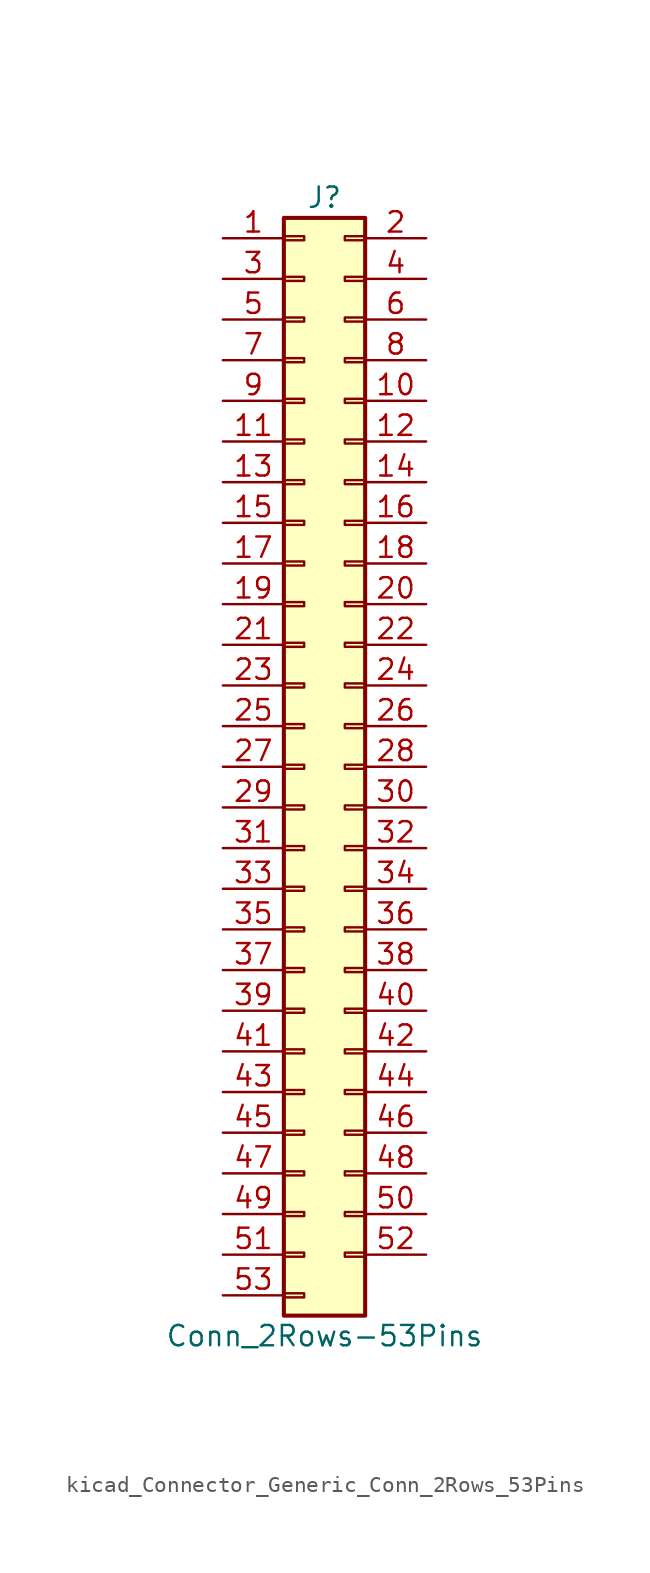
<source format=kicad_sym>
(kicad_symbol_lib
  (version 20220914)
  (generator kicad_symbol_editor)
  (symbol "kicad_Connector_Generic_Conn_2Rows_53Pins"
    (pin_names
      (offset 1.016) hide)
    (property "Reference" "J"
      (at 1.27 35.56 0)
      (effects (font (size 1.27 1.27))))
    (property "Value" "Conn_2Rows-53Pins"
      (at 1.27 -35.56 0)
      (effects (font (size 1.27 1.27))))
    (symbol "kicad_Connector_Generic_Conn_2Rows_53Pins_1_1"
      (rectangle (start -1.27 -32.893) (end 0 -33.147) (stroke (width 0.152) (type default)) (fill (type none)))
      (rectangle (start -1.27 -30.353) (end 0 -30.607) (stroke (width 0.152) (type default)) (fill (type none)))
      (rectangle (start -1.27 -27.813) (end 0 -28.067) (stroke (width 0.152) (type default)) (fill (type none)))
      (rectangle (start -1.27 -25.273) (end 0 -25.527) (stroke (width 0.152) (type default)) (fill (type none)))
      (rectangle (start -1.27 -22.733) (end 0 -22.987) (stroke (width 0.152) (type default)) (fill (type none)))
      (rectangle (start -1.27 -20.193) (end 0 -20.447) (stroke (width 0.152) (type default)) (fill (type none)))
      (rectangle (start -1.27 -17.653) (end 0 -17.907) (stroke (width 0.152) (type default)) (fill (type none)))
      (rectangle (start -1.27 -15.113) (end 0 -15.367) (stroke (width 0.152) (type default)) (fill (type none)))
      (rectangle (start -1.27 -12.573) (end 0 -12.827) (stroke (width 0.152) (type default)) (fill (type none)))
      (rectangle (start -1.27 -10.033) (end 0 -10.287) (stroke (width 0.152) (type default)) (fill (type none)))
      (rectangle (start -1.27 -7.493) (end 0 -7.747) (stroke (width 0.152) (type default)) (fill (type none)))
      (rectangle (start -1.27 -4.953) (end 0 -5.207) (stroke (width 0.152) (type default)) (fill (type none)))
      (rectangle (start -1.27 -2.413) (end 0 -2.667) (stroke (width 0.152) (type default)) (fill (type none)))
      (rectangle (start -1.27 0.127) (end 0 -0.127) (stroke (width 0.152) (type default)) (fill (type none)))
      (rectangle (start -1.27 2.667) (end 0 2.413) (stroke (width 0.152) (type default)) (fill (type none)))
      (rectangle (start -1.27 5.207) (end 0 4.953) (stroke (width 0.152) (type default)) (fill (type none)))
      (rectangle (start -1.27 7.747) (end 0 7.493) (stroke (width 0.152) (type default)) (fill (type none)))
      (rectangle (start -1.27 10.287) (end 0 10.033) (stroke (width 0.152) (type default)) (fill (type none)))
      (rectangle (start -1.27 12.827) (end 0 12.573) (stroke (width 0.152) (type default)) (fill (type none)))
      (rectangle (start -1.27 15.367) (end 0 15.113) (stroke (width 0.152) (type default)) (fill (type none)))
      (rectangle (start -1.27 17.907) (end 0 17.653) (stroke (width 0.152) (type default)) (fill (type none)))
      (rectangle (start -1.27 20.447) (end 0 20.193) (stroke (width 0.152) (type default)) (fill (type none)))
      (rectangle (start -1.27 22.987) (end 0 22.733) (stroke (width 0.152) (type default)) (fill (type none)))
      (rectangle (start -1.27 25.527) (end 0 25.273) (stroke (width 0.152) (type default)) (fill (type none)))
      (rectangle (start -1.27 28.067) (end 0 27.813) (stroke (width 0.152) (type default)) (fill (type none)))
      (rectangle (start -1.27 30.607) (end 0 30.353) (stroke (width 0.152) (type default)) (fill (type none)))
      (rectangle (start -1.27 33.147) (end 0 32.893) (stroke (width 0.152) (type default)) (fill (type none)))
      (rectangle (start -1.27 34.29) (end 3.81 -34.29) (stroke (width 0.254) (type default)) (fill (type background)))
      (rectangle (start 3.81 -30.353) (end 2.54 -30.607) (stroke (width 0.152) (type default)) (fill (type none)))
      (rectangle (start 3.81 -27.813) (end 2.54 -28.067) (stroke (width 0.152) (type default)) (fill (type none)))
      (rectangle (start 3.81 -25.273) (end 2.54 -25.527) (stroke (width 0.152) (type default)) (fill (type none)))
      (rectangle (start 3.81 -22.733) (end 2.54 -22.987) (stroke (width 0.152) (type default)) (fill (type none)))
      (rectangle (start 3.81 -20.193) (end 2.54 -20.447) (stroke (width 0.152) (type default)) (fill (type none)))
      (rectangle (start 3.81 -17.653) (end 2.54 -17.907) (stroke (width 0.152) (type default)) (fill (type none)))
      (rectangle (start 3.81 -15.113) (end 2.54 -15.367) (stroke (width 0.152) (type default)) (fill (type none)))
      (rectangle (start 3.81 -12.573) (end 2.54 -12.827) (stroke (width 0.152) (type default)) (fill (type none)))
      (rectangle (start 3.81 -10.033) (end 2.54 -10.287) (stroke (width 0.152) (type default)) (fill (type none)))
      (rectangle (start 3.81 -7.493) (end 2.54 -7.747) (stroke (width 0.152) (type default)) (fill (type none)))
      (rectangle (start 3.81 -4.953) (end 2.54 -5.207) (stroke (width 0.152) (type default)) (fill (type none)))
      (rectangle (start 3.81 -2.413) (end 2.54 -2.667) (stroke (width 0.152) (type default)) (fill (type none)))
      (rectangle (start 3.81 0.127) (end 2.54 -0.127) (stroke (width 0.152) (type default)) (fill (type none)))
      (rectangle (start 3.81 2.667) (end 2.54 2.413) (stroke (width 0.152) (type default)) (fill (type none)))
      (rectangle (start 3.81 5.207) (end 2.54 4.953) (stroke (width 0.152) (type default)) (fill (type none)))
      (rectangle (start 3.81 7.747) (end 2.54 7.493) (stroke (width 0.152) (type default)) (fill (type none)))
      (rectangle (start 3.81 10.287) (end 2.54 10.033) (stroke (width 0.152) (type default)) (fill (type none)))
      (rectangle (start 3.81 12.827) (end 2.54 12.573) (stroke (width 0.152) (type default)) (fill (type none)))
      (rectangle (start 3.81 15.367) (end 2.54 15.113) (stroke (width 0.152) (type default)) (fill (type none)))
      (rectangle (start 3.81 17.907) (end 2.54 17.653) (stroke (width 0.152) (type default)) (fill (type none)))
      (rectangle (start 3.81 20.447) (end 2.54 20.193) (stroke (width 0.152) (type default)) (fill (type none)))
      (rectangle (start 3.81 22.987) (end 2.54 22.733) (stroke (width 0.152) (type default)) (fill (type none)))
      (rectangle (start 3.81 25.527) (end 2.54 25.273) (stroke (width 0.152) (type default)) (fill (type none)))
      (rectangle (start 3.81 28.067) (end 2.54 27.813) (stroke (width 0.152) (type default)) (fill (type none)))
      (rectangle (start 3.81 30.607) (end 2.54 30.353) (stroke (width 0.152) (type default)) (fill (type none)))
      (rectangle (start 3.81 33.147) (end 2.54 32.893) (stroke (width 0.152) (type default)) (fill (type none)))
      (pin passive line (at -5.08 33.02 0) (length 3.81) (name "Pin_1" (effects (font (size 1.27 1.27)))) (number "1" (effects (font (size 1.27 1.27)))))
      (pin passive line (at 7.62 22.86 180) (length 3.81) (name "Pin_10" (effects (font (size 1.27 1.27)))) (number "10" (effects (font (size 1.27 1.27)))))
      (pin passive line (at -5.08 20.32 0) (length 3.81) (name "Pin_11" (effects (font (size 1.27 1.27)))) (number "11" (effects (font (size 1.27 1.27)))))
      (pin passive line (at 7.62 20.32 180) (length 3.81) (name "Pin_12" (effects (font (size 1.27 1.27)))) (number "12" (effects (font (size 1.27 1.27)))))
      (pin passive line (at -5.08 17.78 0) (length 3.81) (name "Pin_13" (effects (font (size 1.27 1.27)))) (number "13" (effects (font (size 1.27 1.27)))))
      (pin passive line (at 7.62 17.78 180) (length 3.81) (name "Pin_14" (effects (font (size 1.27 1.27)))) (number "14" (effects (font (size 1.27 1.27)))))
      (pin passive line (at -5.08 15.24 0) (length 3.81) (name "Pin_15" (effects (font (size 1.27 1.27)))) (number "15" (effects (font (size 1.27 1.27)))))
      (pin passive line (at 7.62 15.24 180) (length 3.81) (name "Pin_16" (effects (font (size 1.27 1.27)))) (number "16" (effects (font (size 1.27 1.27)))))
      (pin passive line (at -5.08 12.7 0) (length 3.81) (name "Pin_17" (effects (font (size 1.27 1.27)))) (number "17" (effects (font (size 1.27 1.27)))))
      (pin passive line (at 7.62 12.7 180) (length 3.81) (name "Pin_18" (effects (font (size 1.27 1.27)))) (number "18" (effects (font (size 1.27 1.27)))))
      (pin passive line (at -5.08 10.16 0) (length 3.81) (name "Pin_19" (effects (font (size 1.27 1.27)))) (number "19" (effects (font (size 1.27 1.27)))))
      (pin passive line (at 7.62 33.02 180) (length 3.81) (name "Pin_2" (effects (font (size 1.27 1.27)))) (number "2" (effects (font (size 1.27 1.27)))))
      (pin passive line (at 7.62 10.16 180) (length 3.81) (name "Pin_20" (effects (font (size 1.27 1.27)))) (number "20" (effects (font (size 1.27 1.27)))))
      (pin passive line (at -5.08 7.62 0) (length 3.81) (name "Pin_21" (effects (font (size 1.27 1.27)))) (number "21" (effects (font (size 1.27 1.27)))))
      (pin passive line (at 7.62 7.62 180) (length 3.81) (name "Pin_22" (effects (font (size 1.27 1.27)))) (number "22" (effects (font (size 1.27 1.27)))))
      (pin passive line (at -5.08 5.08 0) (length 3.81) (name "Pin_23" (effects (font (size 1.27 1.27)))) (number "23" (effects (font (size 1.27 1.27)))))
      (pin passive line (at 7.62 5.08 180) (length 3.81) (name "Pin_24" (effects (font (size 1.27 1.27)))) (number "24" (effects (font (size 1.27 1.27)))))
      (pin passive line (at -5.08 2.54 0) (length 3.81) (name "Pin_25" (effects (font (size 1.27 1.27)))) (number "25" (effects (font (size 1.27 1.27)))))
      (pin passive line (at 7.62 2.54 180) (length 3.81) (name "Pin_26" (effects (font (size 1.27 1.27)))) (number "26" (effects (font (size 1.27 1.27)))))
      (pin passive line (at -5.08 0 0) (length 3.81) (name "Pin_27" (effects (font (size 1.27 1.27)))) (number "27" (effects (font (size 1.27 1.27)))))
      (pin passive line (at 7.62 0 180) (length 3.81) (name "Pin_28" (effects (font (size 1.27 1.27)))) (number "28" (effects (font (size 1.27 1.27)))))
      (pin passive line (at -5.08 -2.54 0) (length 3.81) (name "Pin_29" (effects (font (size 1.27 1.27)))) (number "29" (effects (font (size 1.27 1.27)))))
      (pin passive line (at -5.08 30.48 0) (length 3.81) (name "Pin_3" (effects (font (size 1.27 1.27)))) (number "3" (effects (font (size 1.27 1.27)))))
      (pin passive line (at 7.62 -2.54 180) (length 3.81) (name "Pin_30" (effects (font (size 1.27 1.27)))) (number "30" (effects (font (size 1.27 1.27)))))
      (pin passive line (at -5.08 -5.08 0) (length 3.81) (name "Pin_31" (effects (font (size 1.27 1.27)))) (number "31" (effects (font (size 1.27 1.27)))))
      (pin passive line (at 7.62 -5.08 180) (length 3.81) (name "Pin_32" (effects (font (size 1.27 1.27)))) (number "32" (effects (font (size 1.27 1.27)))))
      (pin passive line (at -5.08 -7.62 0) (length 3.81) (name "Pin_33" (effects (font (size 1.27 1.27)))) (number "33" (effects (font (size 1.27 1.27)))))
      (pin passive line (at 7.62 -7.62 180) (length 3.81) (name "Pin_34" (effects (font (size 1.27 1.27)))) (number "34" (effects (font (size 1.27 1.27)))))
      (pin passive line (at -5.08 -10.16 0) (length 3.81) (name "Pin_35" (effects (font (size 1.27 1.27)))) (number "35" (effects (font (size 1.27 1.27)))))
      (pin passive line (at 7.62 -10.16 180) (length 3.81) (name "Pin_36" (effects (font (size 1.27 1.27)))) (number "36" (effects (font (size 1.27 1.27)))))
      (pin passive line (at -5.08 -12.7 0) (length 3.81) (name "Pin_37" (effects (font (size 1.27 1.27)))) (number "37" (effects (font (size 1.27 1.27)))))
      (pin passive line (at 7.62 -12.7 180) (length 3.81) (name "Pin_38" (effects (font (size 1.27 1.27)))) (number "38" (effects (font (size 1.27 1.27)))))
      (pin passive line (at -5.08 -15.24 0) (length 3.81) (name "Pin_39" (effects (font (size 1.27 1.27)))) (number "39" (effects (font (size 1.27 1.27)))))
      (pin passive line (at 7.62 30.48 180) (length 3.81) (name "Pin_4" (effects (font (size 1.27 1.27)))) (number "4" (effects (font (size 1.27 1.27)))))
      (pin passive line (at 7.62 -15.24 180) (length 3.81) (name "Pin_40" (effects (font (size 1.27 1.27)))) (number "40" (effects (font (size 1.27 1.27)))))
      (pin passive line (at -5.08 -17.78 0) (length 3.81) (name "Pin_41" (effects (font (size 1.27 1.27)))) (number "41" (effects (font (size 1.27 1.27)))))
      (pin passive line (at 7.62 -17.78 180) (length 3.81) (name "Pin_42" (effects (font (size 1.27 1.27)))) (number "42" (effects (font (size 1.27 1.27)))))
      (pin passive line (at -5.08 -20.32 0) (length 3.81) (name "Pin_43" (effects (font (size 1.27 1.27)))) (number "43" (effects (font (size 1.27 1.27)))))
      (pin passive line (at 7.62 -20.32 180) (length 3.81) (name "Pin_44" (effects (font (size 1.27 1.27)))) (number "44" (effects (font (size 1.27 1.27)))))
      (pin passive line (at -5.08 -22.86 0) (length 3.81) (name "Pin_45" (effects (font (size 1.27 1.27)))) (number "45" (effects (font (size 1.27 1.27)))))
      (pin passive line (at 7.62 -22.86 180) (length 3.81) (name "Pin_46" (effects (font (size 1.27 1.27)))) (number "46" (effects (font (size 1.27 1.27)))))
      (pin passive line (at -5.08 -25.4 0) (length 3.81) (name "Pin_47" (effects (font (size 1.27 1.27)))) (number "47" (effects (font (size 1.27 1.27)))))
      (pin passive line (at 7.62 -25.4 180) (length 3.81) (name "Pin_48" (effects (font (size 1.27 1.27)))) (number "48" (effects (font (size 1.27 1.27)))))
      (pin passive line (at -5.08 -27.94 0) (length 3.81) (name "Pin_49" (effects (font (size 1.27 1.27)))) (number "49" (effects (font (size 1.27 1.27)))))
      (pin passive line (at -5.08 27.94 0) (length 3.81) (name "Pin_5" (effects (font (size 1.27 1.27)))) (number "5" (effects (font (size 1.27 1.27)))))
      (pin passive line (at 7.62 -27.94 180) (length 3.81) (name "Pin_50" (effects (font (size 1.27 1.27)))) (number "50" (effects (font (size 1.27 1.27)))))
      (pin passive line (at -5.08 -30.48 0) (length 3.81) (name "Pin_51" (effects (font (size 1.27 1.27)))) (number "51" (effects (font (size 1.27 1.27)))))
      (pin passive line (at 7.62 -30.48 180) (length 3.81) (name "Pin_52" (effects (font (size 1.27 1.27)))) (number "52" (effects (font (size 1.27 1.27)))))
      (pin passive line (at -5.08 -33.02 0) (length 3.81) (name "Pin_53" (effects (font (size 1.27 1.27)))) (number "53" (effects (font (size 1.27 1.27)))))
      (pin passive line (at 7.62 27.94 180) (length 3.81) (name "Pin_6" (effects (font (size 1.27 1.27)))) (number "6" (effects (font (size 1.27 1.27)))))
      (pin passive line (at -5.08 25.4 0) (length 3.81) (name "Pin_7" (effects (font (size 1.27 1.27)))) (number "7" (effects (font (size 1.27 1.27)))))
      (pin passive line (at 7.62 25.4 180) (length 3.81) (name "Pin_8" (effects (font (size 1.27 1.27)))) (number "8" (effects (font (size 1.27 1.27)))))
      (pin passive line (at -5.08 22.86 0) (length 3.81) (name "Pin_9" (effects (font (size 1.27 1.27)))) (number "9" (effects (font (size 1.27 1.27))))))))
</source>
